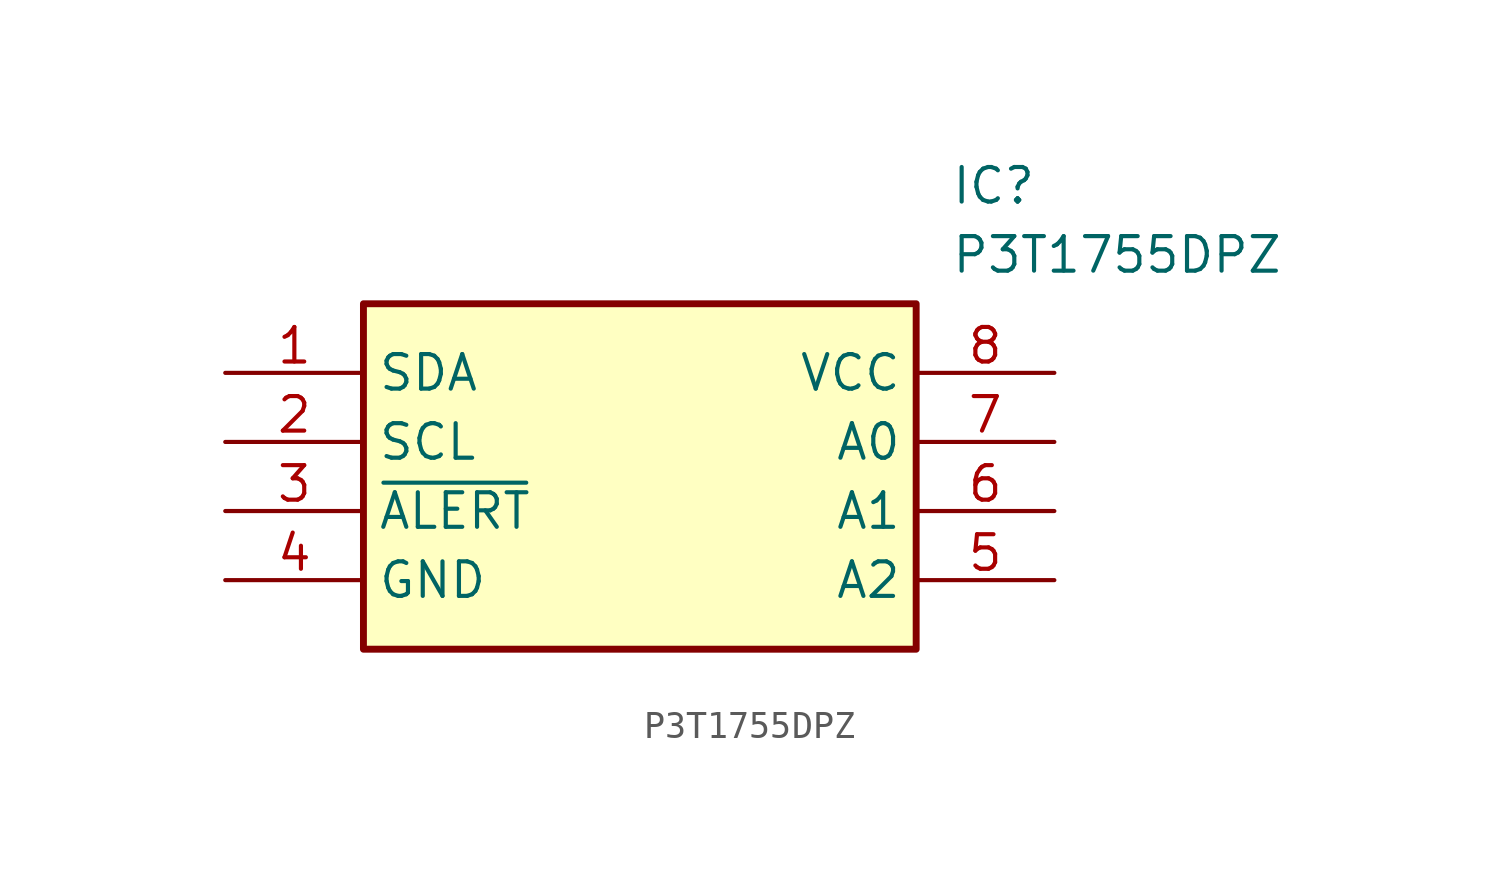
<source format=kicad_sym>
(kicad_symbol_lib
  (version 20220914)
  (generator kicad_symbol_editor)
  (symbol "P3T1755DPZ"
    (property "Reference" "IC"
      (at 26.67 7.62 0)
      (effects (font (size 1.27 1.27)) (justify left top)))
    (property "Value" "P3T1755DPZ"
      (at 26.67 5.08 0)
      (effects (font (size 1.27 1.27)) (justify left top)))
    (symbol "P3T1755DPZ_1_1"
      (rectangle (start 5.08 2.54) (end 25.4 -10.16) (stroke (width 0.254) (type default)) (fill (type background)))
      (pin passive line (at 0 0 0) (length 5.08) (name "SDA" (effects (font (size 1.27 1.27)))) (number "1" (effects (font (size 1.27 1.27)))))
      (pin passive line (at 0 -2.54 0) (length 5.08) (name "SCL" (effects (font (size 1.27 1.27)))) (number "2" (effects (font (size 1.27 1.27)))))
      (pin passive line (at 0 -5.08 0) (length 5.08) (name "~{ALERT}" (effects (font (size 1.27 1.27)))) (number "3" (effects (font (size 1.27 1.27)))))
      (pin passive line (at 0 -7.62 0) (length 5.08) (name "GND" (effects (font (size 1.27 1.27)))) (number "4" (effects (font (size 1.27 1.27)))))
      (pin passive line (at 30.48 -7.62 180) (length 5.08) (name "A2" (effects (font (size 1.27 1.27)))) (number "5" (effects (font (size 1.27 1.27)))))
      (pin passive line (at 30.48 -5.08 180) (length 5.08) (name "A1" (effects (font (size 1.27 1.27)))) (number "6" (effects (font (size 1.27 1.27)))))
      (pin passive line (at 30.48 -2.54 180) (length 5.08) (name "A0" (effects (font (size 1.27 1.27)))) (number "7" (effects (font (size 1.27 1.27)))))
      (pin passive line (at 30.48 0 180) (length 5.08) (name "VCC" (effects (font (size 1.27 1.27)))) (number "8" (effects (font (size 1.27 1.27))))))))
</source>
